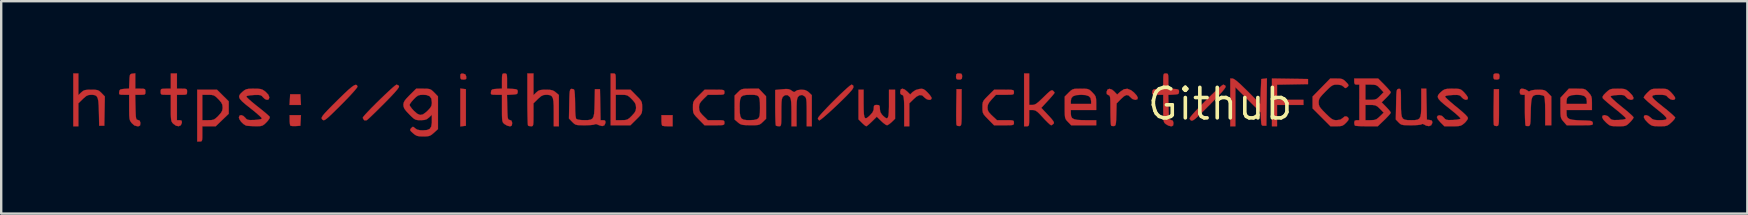
<source format=kicad_pcb>
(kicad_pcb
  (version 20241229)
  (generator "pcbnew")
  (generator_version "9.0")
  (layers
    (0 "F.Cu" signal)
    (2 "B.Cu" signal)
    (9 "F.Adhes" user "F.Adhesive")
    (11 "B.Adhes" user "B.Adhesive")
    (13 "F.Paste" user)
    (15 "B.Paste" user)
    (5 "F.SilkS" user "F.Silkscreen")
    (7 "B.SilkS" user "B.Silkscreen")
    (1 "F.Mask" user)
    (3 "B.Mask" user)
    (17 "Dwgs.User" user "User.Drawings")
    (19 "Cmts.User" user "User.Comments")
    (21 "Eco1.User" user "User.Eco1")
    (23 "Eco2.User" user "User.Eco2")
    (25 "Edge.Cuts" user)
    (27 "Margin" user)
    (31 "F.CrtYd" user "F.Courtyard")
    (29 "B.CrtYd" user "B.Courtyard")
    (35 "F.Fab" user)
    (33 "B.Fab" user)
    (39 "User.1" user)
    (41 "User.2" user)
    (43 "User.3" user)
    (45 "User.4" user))
  (footprint "Github"
    (layer "F.Cu")
    (at 47.799 1.281)
    (property "Reference" "Github" (at 0 0 0) (layer "F.SilkS") (effects (font (size 1.27 1.27) (thickness 0.15))))
    (attr through_hole)
    (fp_poly (pts (xy -38.32 -0.18) (xy -38.307 0.042) (xy -38.782 0.042) (xy -38.756 -0.402) (xy -38.333 -0.402) (xy -38.32 -0.18)) (stroke (width 0.01) (type solid)) (fill yes) (layer "F.Cu"))
    (fp_poly (pts (xy -31.549 -0.627) (xy -31.433 -0.614) (xy -31.433 0.91) (xy -31.549 0.924) (xy -31.665 0.937) (xy -31.665 -0.641) (xy -31.549 -0.627)) (stroke (width 0.01) (type solid)) (fill yes) (layer "F.Cu"))
    (fp_poly (pts (xy -22.818 0.931) (xy -23.022 0.931) (xy -23.148 0.926) (xy -23.235 0.912) (xy -23.255 0.903) (xy -23.272 0.847) (xy -23.282 0.738) (xy -23.283 0.67) (xy -23.283 0.466) (xy -22.818 0.466) (xy -22.818 0.931)) (stroke (width 0.01) (type solid)) (fill yes) (layer "F.Cu"))
    (fp_poly (pts (xy -38.32 0.688) (xy -38.333 0.91) (xy -38.525 0.923) (xy -38.647 0.924) (xy -38.731 0.913) (xy -38.747 0.905) (xy -38.765 0.848) (xy -38.776 0.738) (xy -38.777 0.67) (xy -38.777 0.466) (xy -38.307 0.466) (xy -38.32 0.688)) (stroke (width 0.01) (type solid)) (fill yes) (layer "F.Cu"))
    (fp_poly (pts (xy 3.662 -1.037) (xy 3.662 -0.826) (xy 3.016 -0.814) (xy 2.371 -0.802) (xy 2.371 -0.169) (xy 3.471 -0.169) (xy 3.471 0.042) (xy 2.371 0.042) (xy 2.371 0.931) (xy 2.159 0.931) (xy 2.159 -1.06) (xy 3.662 -1.037)) (stroke (width 0.01) (type solid)) (fill yes) (layer "F.Cu"))
    (fp_poly (pts (xy -31.549 -1.262) (xy -31.458 -1.232) (xy -31.422 -1.152) (xy -31.419 -1.132) (xy -31.419 -1.051) (xy -31.463 -1.02) (xy -31.536 -1.016) (xy -31.627 -1.026) (xy -31.661 -1.073) (xy -31.665 -1.146) (xy -31.657 -1.236) (xy -31.615 -1.265) (xy -31.549 -1.262)) (stroke (width 0.01) (type solid)) (fill yes) (layer "F.Cu"))
    (fp_poly (pts (xy -10.79 -1.26) (xy -10.757 -1.21) (xy -10.753 -1.143) (xy -10.763 -1.053) (xy -10.813 -1.02) (xy -10.88 -1.016) (xy -10.97 -1.026) (xy -11.003 -1.076) (xy -11.007 -1.143) (xy -10.996 -1.233) (xy -10.947 -1.266) (xy -10.88 -1.27) (xy -10.79 -1.26)) (stroke (width 0.01) (type solid)) (fill yes) (layer "F.Cu"))
    (fp_poly (pts (xy 11.605 -1.26) (xy 11.638 -1.21) (xy 11.642 -1.143) (xy 11.631 -1.053) (xy 11.582 -1.02) (xy 11.515 -1.016) (xy 11.425 -1.026) (xy 11.392 -1.076) (xy 11.388 -1.143) (xy 11.398 -1.233) (xy 11.448 -1.266) (xy 11.515 -1.27) (xy 11.605 -1.26)) (stroke (width 0.01) (type solid)) (fill yes) (layer "F.Cu"))
    (fp_poly (pts (xy -10.774 0.148) (xy -10.774 0.419) (xy -10.776 0.617) (xy -10.781 0.753) (xy -10.79 0.84) (xy -10.805 0.89) (xy -10.827 0.913) (xy -10.858 0.922) (xy -10.869 0.924) (xy -10.953 0.912) (xy -10.987 0.88) (xy -10.993 0.82) (xy -10.998 0.691) (xy -11 0.508) (xy -10.999 0.286) (xy -10.997 0.104) (xy -10.986 -0.614) (xy -10.774 -0.614) (xy -10.774 0.148)) (stroke (width 0.01) (type solid)) (fill yes) (layer "F.Cu"))
    (fp_poly (pts (xy 11.62 0.148) (xy 11.62 0.419) (xy 11.618 0.617) (xy 11.614 0.753) (xy 11.605 0.84) (xy 11.59 0.89) (xy 11.568 0.913) (xy 11.537 0.922) (xy 11.525 0.924) (xy 11.442 0.912) (xy 11.408 0.88) (xy 11.401 0.82) (xy 11.396 0.691) (xy 11.394 0.508) (xy 11.395 0.286) (xy 11.397 0.104) (xy 11.409 -0.614) (xy 11.62 -0.614) (xy 11.62 0.148)) (stroke (width 0.01) (type solid)) (fill yes) (layer "F.Cu"))
    (fp_poly (pts (xy 1.938 -0.077) (xy 1.926 0.91) (xy 1.82 0.91) (xy 1.763 0.905) (xy 1.73 0.876) (xy 1.713 0.805) (xy 1.704 0.672) (xy 1.702 0.633) (xy 1.69 0.355) (xy 1.162 -0.171) (xy 0.635 -0.697) (xy 0.635 0.931) (xy 0.423 0.931) (xy 0.423 -1.058) (xy 0.519 -1.058) (xy 0.585 -1.032) (xy 0.695 -0.951) (xy 0.851 -0.813) (xy 1.057 -0.614) (xy 1.144 -0.528) (xy 1.672 0.002) (xy 1.693 -0.518) (xy 1.714 -1.037) (xy 1.949 -1.064) (xy 1.938 -0.077)) (stroke (width 0.01) (type solid)) (fill yes) (layer "F.Cu"))
    (fp_poly (pts (xy -15.295 -0.771) (xy -15.282 -0.704) (xy -15.3 -0.652) (xy -15.356 -0.571) (xy -15.456 -0.457) (xy -15.606 -0.302) (xy -15.811 -0.101) (xy -15.97 0.052) (xy -16.171 0.24) (xy -16.353 0.405) (xy -16.508 0.54) (xy -16.626 0.636) (xy -16.696 0.684) (xy -16.711 0.688) (xy -16.757 0.636) (xy -16.764 0.599) (xy -16.735 0.547) (xy -16.654 0.448) (xy -16.532 0.313) (xy -16.38 0.152) (xy -16.209 -0.024) (xy -16.028 -0.204) (xy -15.85 -0.379) (xy -15.683 -0.536) (xy -15.54 -0.666) (xy -15.43 -0.759) (xy -15.364 -0.802) (xy -15.356 -0.804) (xy -15.295 -0.771)) (stroke (width 0.01) (type solid)) (fill yes) (layer "F.Cu"))
    (fp_poly (pts (xy -34.243 -0.771) (xy -34.219 -0.737) (xy -34.231 -0.69) (xy -34.292 -0.603) (xy -34.404 -0.472) (xy -34.572 -0.293) (xy -34.798 -0.061) (xy -34.845 -0.014) (xy -35.04 0.18) (xy -35.217 0.355) (xy -35.368 0.501) (xy -35.483 0.609) (xy -35.552 0.669) (xy -35.564 0.678) (xy -35.649 0.688) (xy -35.681 0.667) (xy -35.724 0.598) (xy -35.729 0.573) (xy -35.7 0.526) (xy -35.619 0.432) (xy -35.497 0.301) (xy -35.345 0.144) (xy -35.173 -0.028) (xy -34.992 -0.205) (xy -34.813 -0.377) (xy -34.647 -0.533) (xy -34.504 -0.663) (xy -34.394 -0.756) (xy -34.329 -0.801) (xy -34.32 -0.804) (xy -34.243 -0.771)) (stroke (width 0.01) (type solid)) (fill yes) (layer "F.Cu"))
    (fp_poly (pts (xy 0.206 -0.77) (xy 0.229 -0.734) (xy 0.22 -0.69) (xy 0.168 -0.612) (xy 0.069 -0.493) (xy -0.082 -0.329) (xy -0.289 -0.115) (xy -0.39 -0.012) (xy -0.619 0.219) (xy -0.797 0.395) (xy -0.931 0.523) (xy -1.029 0.611) (xy -1.1 0.664) (xy -1.151 0.691) (xy -1.19 0.696) (xy -1.217 0.689) (xy -1.263 0.636) (xy -1.27 0.599) (xy -1.241 0.548) (xy -1.16 0.449) (xy -1.039 0.314) (xy -0.887 0.154) (xy -0.716 -0.022) (xy -0.536 -0.203) (xy -0.358 -0.377) (xy -0.192 -0.535) (xy -0.05 -0.665) (xy 0.06 -0.758) (xy 0.125 -0.802) (xy 0.134 -0.804) (xy 0.206 -0.77)) (stroke (width 0.01) (type solid)) (fill yes) (layer "F.Cu"))
    (fp_poly (pts (xy -47.583 -0.365) (xy -47.464 -0.479) (xy -47.39 -0.54) (xy -47.313 -0.575) (xy -47.204 -0.59) (xy -47.049 -0.593) (xy -46.889 -0.59) (xy -46.787 -0.575) (xy -46.713 -0.54) (xy -46.639 -0.475) (xy -46.616 -0.452) (xy -46.48 -0.311) (xy -46.503 0.91) (xy -46.715 0.91) (xy -46.727 0.341) (xy -46.735 0.077) (xy -46.75 -0.114) (xy -46.778 -0.243) (xy -46.823 -0.323) (xy -46.891 -0.364) (xy -46.986 -0.38) (xy -47.048 -0.381) (xy -47.159 -0.371) (xy -47.253 -0.33) (xy -47.358 -0.244) (xy -47.401 -0.203) (xy -47.583 -0.025) (xy -47.583 0.931) (xy -47.794 0.931) (xy -47.794 -1.27) (xy -47.583 -1.27) (xy -47.583 -0.365)) (stroke (width 0.01) (type solid)) (fill yes) (layer "F.Cu"))
    (fp_poly (pts (xy -35.974 -0.778) (xy -35.952 -0.722) (xy -35.951 -0.719) (xy -35.977 -0.672) (xy -36.055 -0.575) (xy -36.177 -0.438) (xy -36.335 -0.268) (xy -36.521 -0.076) (xy -36.629 0.033) (xy -36.852 0.253) (xy -37.022 0.42) (xy -37.15 0.54) (xy -37.242 0.618) (xy -37.306 0.662) (xy -37.35 0.679) (xy -37.383 0.673) (xy -37.398 0.664) (xy -37.431 0.634) (xy -37.446 0.599) (xy -37.435 0.551) (xy -37.393 0.484) (xy -37.314 0.389) (xy -37.193 0.259) (xy -37.024 0.086) (xy -36.8 -0.136) (xy -36.752 -0.184) (xy -36.515 -0.415) (xy -36.33 -0.588) (xy -36.189 -0.706) (xy -36.087 -0.775) (xy -36.018 -0.798) (xy -35.974 -0.778)) (stroke (width 0.01) (type solid)) (fill yes) (layer "F.Cu"))
    (fp_poly (pts (xy -41.562 -0.351) (xy -41.317 -0.108) (xy -41.317 0.41) (xy -41.589 0.671) (xy -41.86 0.931) (xy -42.418 0.931) (xy -42.418 1.249) (xy -42.419 1.41) (xy -42.427 1.505) (xy -42.448 1.551) (xy -42.487 1.565) (xy -42.524 1.566) (xy -42.63 1.566) (xy -42.63 -0.381) (xy -42.418 -0.381) (xy -42.418 0.677) (xy -42.173 0.677) (xy -42.031 0.673) (xy -41.935 0.65) (xy -41.851 0.594) (xy -41.749 0.496) (xy -41.644 0.378) (xy -41.59 0.283) (xy -41.572 0.18) (xy -41.571 0.148) (xy -41.582 0.039) (xy -41.625 -0.056) (xy -41.716 -0.165) (xy -41.749 -0.199) (xy -41.855 -0.301) (xy -41.939 -0.356) (xy -42.036 -0.377) (xy -42.173 -0.381) (xy -42.418 -0.381) (xy -42.63 -0.381) (xy -42.63 -0.593) (xy -41.807 -0.593) (xy -41.562 -0.351)) (stroke (width 0.01) (type solid)) (fill yes) (layer "F.Cu"))
    (fp_poly (pts (xy -13.144 -0.6) (xy -13.039 -0.514) (xy -12.918 -0.394) (xy -12.815 -0.496) (xy -12.685 -0.581) (xy -12.538 -0.622) (xy -12.431 -0.631) (xy -12.353 -0.611) (xy -12.271 -0.551) (xy -12.193 -0.476) (xy -12.099 -0.371) (xy -12.037 -0.28) (xy -12.023 -0.238) (xy -12.054 -0.181) (xy -12.13 -0.168) (xy -12.225 -0.195) (xy -12.313 -0.259) (xy -12.327 -0.275) (xy -12.422 -0.359) (xy -12.527 -0.37) (xy -12.651 -0.308) (xy -12.772 -0.203) (xy -12.954 -0.025) (xy -12.954 0.931) (xy -13.166 0.931) (xy -13.166 0.342) (xy -13.167 0.076) (xy -13.173 -0.118) (xy -13.185 -0.249) (xy -13.204 -0.329) (xy -13.232 -0.369) (xy -13.272 -0.381) (xy -13.276 -0.381) (xy -13.322 -0.419) (xy -13.335 -0.508) (xy -13.31 -0.605) (xy -13.243 -0.636) (xy -13.144 -0.6)) (stroke (width 0.01) (type solid)) (fill yes) (layer "F.Cu"))
    (fp_poly (pts (xy -43.476 -0.635) (xy -43.265 -0.635) (xy -43.139 -0.632) (xy -43.077 -0.615) (xy -43.055 -0.571) (xy -43.053 -0.508) (xy -43.058 -0.433) (xy -43.086 -0.395) (xy -43.16 -0.382) (xy -43.265 -0.381) (xy -43.476 -0.381) (xy -43.476 0.677) (xy -43.368 0.677) (xy -43.29 0.69) (xy -43.269 0.744) (xy -43.272 0.794) (xy -43.315 0.89) (xy -43.402 0.929) (xy -43.513 0.908) (xy -43.624 0.83) (xy -43.667 0.783) (xy -43.697 0.733) (xy -43.716 0.663) (xy -43.725 0.558) (xy -43.73 0.402) (xy -43.73 0.177) (xy -43.73 -0.381) (xy -43.942 -0.381) (xy -44.067 -0.384) (xy -44.13 -0.401) (xy -44.151 -0.445) (xy -44.154 -0.508) (xy -44.149 -0.583) (xy -44.121 -0.621) (xy -44.047 -0.634) (xy -43.942 -0.635) (xy -43.73 -0.635) (xy -43.73 -1.27) (xy -43.476 -1.27) (xy -43.476 -0.635)) (stroke (width 0.01) (type solid)) (fill yes) (layer "F.Cu"))
    (fp_poly (pts (xy -28.617 -0.365) (xy -28.499 -0.479) (xy -28.422 -0.542) (xy -28.341 -0.576) (xy -28.226 -0.59) (xy -28.1 -0.593) (xy -27.936 -0.588) (xy -27.826 -0.567) (xy -27.74 -0.523) (xy -27.689 -0.483) (xy -27.559 -0.373) (xy -27.559 0.931) (xy -27.771 0.931) (xy -27.771 0.345) (xy -27.773 0.081) (xy -27.784 -0.11) (xy -27.809 -0.241) (xy -27.853 -0.321) (xy -27.921 -0.363) (xy -28.017 -0.379) (xy -28.09 -0.381) (xy -28.199 -0.37) (xy -28.294 -0.326) (xy -28.404 -0.234) (xy -28.436 -0.203) (xy -28.617 -0.025) (xy -28.617 0.453) (xy -28.618 0.66) (xy -28.622 0.796) (xy -28.632 0.877) (xy -28.651 0.917) (xy -28.683 0.93) (xy -28.716 0.931) (xy -28.805 0.92) (xy -28.843 0.903) (xy -28.851 0.855) (xy -28.858 0.733) (xy -28.863 0.551) (xy -28.868 0.318) (xy -28.871 0.048) (xy -28.871 -0.198) (xy -28.871 -1.27) (xy -28.617 -1.27) (xy -28.617 -0.365)) (stroke (width 0.01) (type solid)) (fill yes) (layer "F.Cu"))
    (fp_poly (pts (xy -25.242 -1.266) (xy -25.21 -1.244) (xy -25.194 -1.186) (xy -25.189 -1.074) (xy -25.188 -0.931) (xy -25.188 -0.593) (xy -24.572 -0.593) (xy -24.33 -0.348) (xy -24.21 -0.225) (xy -24.138 -0.137) (xy -24.102 -0.059) (xy -24.089 0.034) (xy -24.088 0.151) (xy -24.09 0.278) (xy -24.104 0.368) (xy -24.143 0.445) (xy -24.219 0.533) (xy -24.332 0.647) (xy -24.577 0.889) (xy -25.4 0.889) (xy -25.4 -0.381) (xy -25.188 -0.381) (xy -25.188 0.677) (xy -24.943 0.677) (xy -24.801 0.673) (xy -24.706 0.65) (xy -24.621 0.594) (xy -24.52 0.496) (xy -24.414 0.378) (xy -24.36 0.283) (xy -24.342 0.18) (xy -24.342 0.148) (xy -24.353 0.039) (xy -24.396 -0.056) (xy -24.486 -0.165) (xy -24.52 -0.199) (xy -24.626 -0.301) (xy -24.71 -0.356) (xy -24.807 -0.377) (xy -24.943 -0.381) (xy -25.188 -0.381) (xy -25.4 -0.381) (xy -25.4 -1.27) (xy -25.294 -1.27) (xy -25.242 -1.266)) (stroke (width 0.01) (type solid)) (fill yes) (layer "F.Cu"))
    (fp_poly (pts (xy -3.713 -0.571) (xy -3.598 -0.482) (xy -3.483 -0.358) (xy -3.432 -0.26) (xy -3.449 -0.195) (xy -3.533 -0.169) (xy -3.539 -0.169) (xy -3.658 -0.207) (xy -3.733 -0.275) (xy -3.817 -0.355) (xy -3.904 -0.371) (xy -4.007 -0.32) (xy -4.138 -0.201) (xy -4.315 -0.021) (xy -4.327 0.445) (xy -4.333 0.649) (xy -4.342 0.784) (xy -4.356 0.864) (xy -4.379 0.904) (xy -4.412 0.92) (xy -4.426 0.923) (xy -4.51 0.92) (xy -4.542 0.905) (xy -4.553 0.854) (xy -4.562 0.734) (xy -4.568 0.562) (xy -4.572 0.352) (xy -4.572 0.264) (xy -4.573 0.025) (xy -4.576 -0.143) (xy -4.583 -0.252) (xy -4.597 -0.317) (xy -4.618 -0.351) (xy -4.65 -0.367) (xy -4.659 -0.369) (xy -4.724 -0.412) (xy -4.733 -0.503) (xy -4.693 -0.599) (xy -4.613 -0.63) (xy -4.508 -0.597) (xy -4.41 -0.516) (xy -4.293 -0.391) (xy -4.157 -0.513) (xy -4.008 -0.612) (xy -3.864 -0.631) (xy -3.713 -0.571)) (stroke (width 0.01) (type solid)) (fill yes) (layer "F.Cu"))
    (fp_poly (pts (xy -7.959 0.042) (xy -7.822 0.042) (xy -7.75 0.033) (xy -7.673 -0.003) (xy -7.577 -0.076) (xy -7.447 -0.196) (xy -7.359 -0.282) (xy -7.211 -0.426) (xy -7.11 -0.516) (xy -7.042 -0.561) (xy -6.996 -0.568) (xy -6.966 -0.552) (xy -6.912 -0.493) (xy -6.9 -0.466) (xy -6.927 -0.423) (xy -7 -0.333) (xy -7.106 -0.213) (xy -7.177 -0.135) (xy -7.454 0.164) (xy -7.172 0.463) (xy -7.041 0.606) (xy -6.963 0.703) (xy -6.929 0.766) (xy -6.932 0.81) (xy -6.943 0.826) (xy -7.01 0.879) (xy -7.044 0.889) (xy -7.091 0.859) (xy -7.18 0.779) (xy -7.296 0.663) (xy -7.38 0.572) (xy -7.517 0.424) (xy -7.616 0.33) (xy -7.692 0.279) (xy -7.762 0.257) (xy -7.813 0.254) (xy -7.959 0.254) (xy -7.959 0.593) (xy -7.96 0.761) (xy -7.967 0.861) (xy -7.985 0.912) (xy -8.02 0.929) (xy -8.065 0.931) (xy -8.17 0.931) (xy -8.17 -1.27) (xy -7.959 -1.27) (xy -7.959 0.042)) (stroke (width 0.01) (type solid)) (fill yes) (layer "F.Cu"))
    (fp_poly (pts (xy -20.881 -0.592) (xy -20.761 -0.587) (xy -20.695 -0.574) (xy -20.666 -0.549) (xy -20.659 -0.508) (xy -20.659 -0.487) (xy -20.662 -0.435) (xy -20.684 -0.404) (xy -20.741 -0.388) (xy -20.851 -0.382) (xy -21.006 -0.381) (xy -21.354 -0.381) (xy -21.535 -0.203) (xy -21.641 -0.09) (xy -21.696 0.001) (xy -21.716 0.099) (xy -21.717 0.148) (xy -21.708 0.258) (xy -21.669 0.349) (xy -21.586 0.449) (xy -21.535 0.499) (xy -21.354 0.677) (xy -21.006 0.677) (xy -20.836 0.678) (xy -20.733 0.685) (xy -20.68 0.702) (xy -20.661 0.736) (xy -20.659 0.783) (xy -20.661 0.832) (xy -20.68 0.862) (xy -20.73 0.88) (xy -20.826 0.887) (xy -20.986 0.889) (xy -21.073 0.889) (xy -21.487 0.889) (xy -21.729 0.644) (xy -21.848 0.521) (xy -21.92 0.433) (xy -21.956 0.355) (xy -21.969 0.262) (xy -21.971 0.146) (xy -21.969 0.018) (xy -21.954 -0.072) (xy -21.915 -0.148) (xy -21.839 -0.237) (xy -21.726 -0.351) (xy -21.482 -0.593) (xy -21.07 -0.593) (xy -20.881 -0.592)) (stroke (width 0.01) (type solid)) (fill yes) (layer "F.Cu"))
    (fp_poly (pts (xy -14.859 -0.03) (xy -14.856 0.236) (xy -14.847 0.424) (xy -14.826 0.541) (xy -14.79 0.595) (xy -14.736 0.591) (xy -14.661 0.538) (xy -14.596 0.478) (xy -14.49 0.358) (xy -14.442 0.251) (xy -14.436 0.182) (xy -14.427 0.086) (xy -14.387 0.048) (xy -14.309 0.042) (xy -14.226 0.05) (xy -14.19 0.088) (xy -14.182 0.182) (xy -14.182 0.203) (xy -14.165 0.33) (xy -14.101 0.437) (xy -14.042 0.5) (xy -13.957 0.573) (xy -13.895 0.602) (xy -13.851 0.578) (xy -13.823 0.495) (xy -13.808 0.345) (xy -13.801 0.122) (xy -13.801 -0.03) (xy -13.801 -0.593) (xy -13.547 -0.593) (xy -13.547 0.618) (xy -13.686 0.754) (xy -13.783 0.835) (xy -13.863 0.884) (xy -13.886 0.889) (xy -13.946 0.861) (xy -14.042 0.789) (xy -14.127 0.711) (xy -14.309 0.533) (xy -14.511 0.732) (xy -14.619 0.833) (xy -14.704 0.905) (xy -14.748 0.931) (xy -14.796 0.904) (xy -14.879 0.834) (xy -14.927 0.787) (xy -15.071 0.643) (xy -15.071 -0.593) (xy -14.859 -0.593) (xy -14.859 -0.03)) (stroke (width 0.01) (type solid)) (fill yes) (layer "F.Cu"))
    (fp_poly (pts (xy -8.816 -0.592) (xy -8.696 -0.587) (xy -8.63 -0.574) (xy -8.601 -0.549) (xy -8.594 -0.508) (xy -8.594 -0.487) (xy -8.597 -0.436) (xy -8.617 -0.405) (xy -8.671 -0.389) (xy -8.775 -0.382) (xy -8.945 -0.381) (xy -8.969 -0.381) (xy -9.345 -0.381) (xy -9.52 -0.191) (xy -9.626 -0.064) (xy -9.679 0.04) (xy -9.694 0.149) (xy -9.694 0.155) (xy -9.684 0.254) (xy -9.643 0.34) (xy -9.556 0.439) (xy -9.498 0.494) (xy -9.302 0.677) (xy -8.948 0.677) (xy -8.775 0.678) (xy -8.67 0.685) (xy -8.616 0.702) (xy -8.597 0.734) (xy -8.594 0.783) (xy -8.596 0.832) (xy -8.615 0.862) (xy -8.665 0.88) (xy -8.761 0.887) (xy -8.921 0.889) (xy -9.008 0.889) (xy -9.422 0.889) (xy -9.664 0.644) (xy -9.783 0.521) (xy -9.855 0.433) (xy -9.891 0.355) (xy -9.904 0.262) (xy -9.906 0.146) (xy -9.904 0.018) (xy -9.889 -0.072) (xy -9.85 -0.148) (xy -9.774 -0.237) (xy -9.661 -0.351) (xy -9.417 -0.593) (xy -9.005 -0.593) (xy -8.816 -0.592)) (stroke (width 0.01) (type solid)) (fill yes) (layer "F.Cu"))
    (fp_poly (pts (xy -45.212 -0.635) (xy -45 -0.635) (xy -44.875 -0.632) (xy -44.813 -0.615) (xy -44.791 -0.571) (xy -44.789 -0.508) (xy -44.793 -0.433) (xy -44.821 -0.395) (xy -44.895 -0.382) (xy -45.002 -0.381) (xy -45.215 -0.381) (xy -45.203 0.138) (xy -45.197 0.355) (xy -45.19 0.501) (xy -45.178 0.592) (xy -45.16 0.641) (xy -45.131 0.662) (xy -45.096 0.67) (xy -45.025 0.7) (xy -45.001 0.781) (xy -45 0.807) (xy -45.012 0.896) (xy -45.063 0.928) (xy -45.124 0.931) (xy -45.249 0.897) (xy -45.356 0.801) (xy -45.402 0.742) (xy -45.433 0.683) (xy -45.452 0.607) (xy -45.462 0.495) (xy -45.465 0.33) (xy -45.466 0.145) (xy -45.466 -0.381) (xy -45.68 -0.381) (xy -45.806 -0.384) (xy -45.868 -0.399) (xy -45.886 -0.439) (xy -45.882 -0.497) (xy -45.865 -0.569) (xy -45.822 -0.606) (xy -45.728 -0.622) (xy -45.669 -0.627) (xy -45.47 -0.639) (xy -45.457 -0.944) (xy -45.449 -1.102) (xy -45.436 -1.194) (xy -45.41 -1.239) (xy -45.364 -1.257) (xy -45.328 -1.262) (xy -45.212 -1.276) (xy -45.212 -0.635)) (stroke (width 0.01) (type solid)) (fill yes) (layer "F.Cu"))
    (fp_poly (pts (xy -5.645 -0.633) (xy -5.535 -0.623) (xy -5.459 -0.596) (xy -5.39 -0.543) (xy -5.321 -0.474) (xy -5.237 -0.383) (xy -5.19 -0.305) (xy -5.17 -0.21) (xy -5.165 -0.067) (xy -5.165 -0.03) (xy -5.165 0.254) (xy -6.223 0.254) (xy -6.223 0.396) (xy -6.212 0.508) (xy -6.171 0.586) (xy -6.089 0.636) (xy -5.952 0.665) (xy -5.75 0.676) (xy -5.616 0.677) (xy -5.165 0.677) (xy -5.165 0.889) (xy -6.206 0.889) (xy -6.342 0.749) (xy -6.401 0.686) (xy -6.44 0.628) (xy -6.463 0.558) (xy -6.473 0.455) (xy -6.477 0.3) (xy -6.477 0.152) (xy -6.477 -0.12) (xy -6.223 -0.12) (xy -6.223 0) (xy -5.376 0) (xy -5.376 -0.113) (xy -5.399 -0.242) (xy -5.474 -0.325) (xy -5.61 -0.369) (xy -5.792 -0.381) (xy -5.998 -0.366) (xy -6.132 -0.319) (xy -6.204 -0.234) (xy -6.223 -0.12) (xy -6.477 -0.12) (xy -6.477 -0.306) (xy -6.313 -0.471) (xy -6.227 -0.553) (xy -6.157 -0.601) (xy -6.076 -0.626) (xy -5.958 -0.634) (xy -5.813 -0.635) (xy -5.645 -0.633)) (stroke (width 0.01) (type solid)) (fill yes) (layer "F.Cu"))
    (fp_poly (pts (xy -26.951 -0.615) (xy -26.919 -0.586) (xy -26.906 -0.524) (xy -26.894 -0.395) (xy -26.886 -0.218) (xy -26.882 -0.009) (xy -26.882 0.023) (xy -26.878 0.297) (xy -26.866 0.489) (xy -26.845 0.6) (xy -26.831 0.627) (xy -26.761 0.654) (xy -26.632 0.672) (xy -26.499 0.677) (xy -26.347 0.674) (xy -26.238 0.657) (xy -26.163 0.614) (xy -26.115 0.532) (xy -26.088 0.402) (xy -26.075 0.209) (xy -26.068 -0.044) (xy -26.056 -0.614) (xy -25.845 -0.614) (xy -25.821 0.677) (xy -25.714 0.677) (xy -25.637 0.69) (xy -25.616 0.744) (xy -25.619 0.794) (xy -25.661 0.891) (xy -25.752 0.923) (xy -25.885 0.888) (xy -25.918 0.871) (xy -26.009 0.838) (xy -26.058 0.85) (xy -26.108 0.867) (xy -26.223 0.88) (xy -26.382 0.888) (xy -26.474 0.889) (xy -26.658 0.888) (xy -26.78 0.881) (xy -26.861 0.862) (xy -26.922 0.825) (xy -26.986 0.764) (xy -27.002 0.748) (xy -27.138 0.607) (xy -27.126 -0.003) (xy -27.121 -0.242) (xy -27.114 -0.411) (xy -27.104 -0.52) (xy -27.088 -0.584) (xy -27.066 -0.616) (xy -27.035 -0.628) (xy -26.951 -0.615)) (stroke (width 0.01) (type solid)) (fill yes) (layer "F.Cu"))
    (fp_poly (pts (xy 12.718 -0.609) (xy 12.793 -0.564) (xy 12.864 -0.519) (xy 12.92 -0.541) (xy 12.921 -0.543) (xy 12.989 -0.569) (xy 13.115 -0.587) (xy 13.25 -0.593) (xy 13.406 -0.589) (xy 13.506 -0.573) (xy 13.581 -0.532) (xy 13.66 -0.459) (xy 13.665 -0.453) (xy 13.801 -0.313) (xy 13.801 0.889) (xy 13.547 0.889) (xy 13.547 0.305) (xy 13.543 0.026) (xy 13.532 -0.171) (xy 13.514 -0.291) (xy 13.496 -0.33) (xy 13.425 -0.361) (xy 13.306 -0.379) (xy 13.249 -0.381) (xy 13.144 -0.375) (xy 13.067 -0.348) (xy 13.013 -0.29) (xy 12.979 -0.189) (xy 12.959 -0.034) (xy 12.948 0.188) (xy 12.944 0.36) (xy 12.938 0.585) (xy 12.932 0.739) (xy 12.921 0.836) (xy 12.904 0.89) (xy 12.878 0.915) (xy 12.846 0.923) (xy 12.762 0.92) (xy 12.73 0.905) (xy 12.719 0.854) (xy 12.711 0.734) (xy 12.704 0.561) (xy 12.7 0.35) (xy 12.7 0.247) (xy 12.7 -0.381) (xy 12.594 -0.381) (xy 12.519 -0.395) (xy 12.491 -0.453) (xy 12.488 -0.508) (xy 12.499 -0.598) (xy 12.548 -0.632) (xy 12.601 -0.635) (xy 12.718 -0.609)) (stroke (width 0.01) (type solid)) (fill yes) (layer "F.Cu"))
    (fp_poly (pts (xy -19.074 -0.476) (xy -18.924 -0.318) (xy -18.923 0.15) (xy -18.923 0.618) (xy -19.063 0.754) (xy -19.133 0.818) (xy -19.197 0.858) (xy -19.276 0.879) (xy -19.394 0.887) (xy -19.574 0.887) (xy -19.581 0.887) (xy -19.766 0.884) (xy -19.889 0.874) (xy -19.974 0.852) (xy -20.044 0.812) (xy -20.098 0.768) (xy -20.235 0.65) (xy -20.235 0.141) (xy -20.024 0.141) (xy -20.019 0.363) (xy -19.997 0.513) (xy -19.948 0.607) (xy -19.861 0.656) (xy -19.726 0.675) (xy -19.608 0.677) (xy -19.423 0.668) (xy -19.304 0.639) (xy -19.254 0.607) (xy -19.216 0.558) (xy -19.192 0.482) (xy -19.18 0.362) (xy -19.177 0.177) (xy -19.177 0.16) (xy -19.18 -0.062) (xy -19.196 -0.214) (xy -19.234 -0.307) (xy -19.304 -0.358) (xy -19.416 -0.378) (xy -19.567 -0.381) (xy -19.758 -0.375) (xy -19.886 -0.349) (xy -19.965 -0.289) (xy -20.006 -0.181) (xy -20.022 -0.011) (xy -20.024 0.141) (xy -20.235 0.141) (xy -20.235 -0.347) (xy -20.091 -0.491) (xy -20.018 -0.561) (xy -19.953 -0.603) (xy -19.873 -0.625) (xy -19.755 -0.634) (xy -19.586 -0.635) (xy -19.225 -0.635) (xy -19.074 -0.476)) (stroke (width 0.01) (type solid)) (fill yes) (layer "F.Cu"))
    (fp_poly (pts (xy 4.996 -1.054) (xy 5.094 -1.034) (xy 5.171 -0.986) (xy 5.242 -0.918) (xy 5.323 -0.83) (xy 5.35 -0.778) (xy 5.331 -0.736) (xy 5.3 -0.706) (xy 5.237 -0.659) (xy 5.189 -0.674) (xy 5.144 -0.719) (xy 5.054 -0.78) (xy 4.916 -0.803) (xy 4.871 -0.804) (xy 4.776 -0.801) (xy 4.7 -0.782) (xy 4.624 -0.736) (xy 4.528 -0.653) (xy 4.393 -0.52) (xy 4.391 -0.518) (xy 4.256 -0.378) (xy 4.172 -0.279) (xy 4.127 -0.2) (xy 4.109 -0.123) (xy 4.106 -0.061) (xy 4.112 0.024) (xy 4.137 0.099) (xy 4.192 0.181) (xy 4.29 0.289) (xy 4.393 0.393) (xy 4.532 0.527) (xy 4.631 0.611) (xy 4.71 0.656) (xy 4.787 0.675) (xy 4.852 0.677) (xy 5.011 0.654) (xy 5.101 0.593) (xy 5.197 0.518) (xy 5.283 0.526) (xy 5.335 0.573) (xy 5.359 0.623) (xy 5.338 0.681) (xy 5.262 0.77) (xy 5.248 0.785) (xy 5.159 0.868) (xy 5.08 0.912) (xy 4.975 0.929) (xy 4.852 0.931) (xy 4.598 0.931) (xy 4.225 0.558) (xy 3.852 0.185) (xy 3.852 -0.307) (xy 4.22 -0.683) (xy 4.587 -1.058) (xy 4.847 -1.058) (xy 4.996 -1.054)) (stroke (width 0.01) (type solid)) (fill yes) (layer "F.Cu"))
    (fp_poly (pts (xy 8.603 0.011) (xy 8.615 0.656) (xy 8.734 0.67) (xy 8.819 0.692) (xy 8.843 0.75) (xy 8.84 0.797) (xy 8.795 0.888) (xy 8.703 0.926) (xy 8.586 0.905) (xy 8.522 0.869) (xy 8.44 0.831) (xy 8.403 0.846) (xy 8.352 0.865) (xy 8.234 0.879) (xy 8.068 0.888) (xy 7.964 0.889) (xy 7.773 0.888) (xy 7.646 0.881) (xy 7.563 0.864) (xy 7.503 0.832) (xy 7.448 0.781) (xy 7.436 0.769) (xy 7.321 0.649) (xy 7.333 0.018) (xy 7.338 -0.225) (xy 7.344 -0.397) (xy 7.353 -0.509) (xy 7.367 -0.576) (xy 7.388 -0.61) (xy 7.418 -0.624) (xy 7.44 -0.627) (xy 7.478 -0.63) (xy 7.504 -0.618) (xy 7.521 -0.578) (xy 7.53 -0.498) (xy 7.534 -0.363) (xy 7.535 -0.163) (xy 7.535 -0.052) (xy 7.537 0.212) (xy 7.547 0.403) (xy 7.572 0.533) (xy 7.619 0.614) (xy 7.694 0.657) (xy 7.806 0.674) (xy 7.96 0.677) (xy 7.966 0.677) (xy 8.116 0.674) (xy 8.225 0.657) (xy 8.299 0.613) (xy 8.345 0.532) (xy 8.37 0.402) (xy 8.38 0.211) (xy 8.382 -0.054) (xy 8.382 -0.635) (xy 8.591 -0.635) (xy 8.603 0.011)) (stroke (width 0.01) (type solid)) (fill yes) (layer "F.Cu"))
    (fp_poly (pts (xy -29.77 -1.266) (xy -29.738 -1.242) (xy -29.723 -1.18) (xy -29.718 -1.063) (xy -29.718 -0.955) (xy -29.718 -0.639) (xy -29.496 -0.627) (xy -29.366 -0.616) (xy -29.3 -0.595) (xy -29.276 -0.553) (xy -29.273 -0.508) (xy -29.281 -0.446) (xy -29.316 -0.412) (xy -29.402 -0.396) (xy -29.497 -0.389) (xy -29.721 -0.376) (xy -29.709 0.14) (xy -29.703 0.356) (xy -29.696 0.502) (xy -29.684 0.592) (xy -29.665 0.641) (xy -29.636 0.662) (xy -29.602 0.67) (xy -29.531 0.7) (xy -29.507 0.781) (xy -29.506 0.807) (xy -29.519 0.897) (xy -29.569 0.929) (xy -29.606 0.931) (xy -29.71 0.906) (xy -29.818 0.844) (xy -29.863 0.806) (xy -29.894 0.765) (xy -29.913 0.705) (xy -29.924 0.612) (xy -29.929 0.469) (xy -29.93 0.262) (xy -29.93 0.187) (xy -29.93 -0.381) (xy -30.165 -0.381) (xy -30.299 -0.383) (xy -30.368 -0.396) (xy -30.391 -0.43) (xy -30.388 -0.495) (xy -30.388 -0.497) (xy -30.373 -0.566) (xy -30.334 -0.602) (xy -30.249 -0.62) (xy -30.152 -0.627) (xy -29.93 -0.639) (xy -29.93 -0.955) (xy -29.928 -1.116) (xy -29.92 -1.21) (xy -29.9 -1.255) (xy -29.86 -1.269) (xy -29.824 -1.27) (xy -29.77 -1.266)) (stroke (width 0.01) (type solid)) (fill yes) (layer "F.Cu"))
    (fp_poly (pts (xy -2.211 -1.266) (xy -2.179 -1.242) (xy -2.164 -1.18) (xy -2.159 -1.063) (xy -2.159 -0.955) (xy -2.159 -0.639) (xy -1.937 -0.627) (xy -1.807 -0.616) (xy -1.741 -0.595) (xy -1.717 -0.553) (xy -1.714 -0.508) (xy -1.722 -0.446) (xy -1.757 -0.412) (xy -1.843 -0.396) (xy -1.938 -0.389) (xy -2.162 -0.376) (xy -2.15 0.14) (xy -2.144 0.356) (xy -2.137 0.502) (xy -2.125 0.592) (xy -2.106 0.641) (xy -2.077 0.662) (xy -2.043 0.67) (xy -1.972 0.7) (xy -1.948 0.781) (xy -1.947 0.807) (xy -1.96 0.897) (xy -2.01 0.929) (xy -2.047 0.931) (xy -2.151 0.906) (xy -2.259 0.844) (xy -2.304 0.806) (xy -2.335 0.765) (xy -2.354 0.705) (xy -2.365 0.612) (xy -2.37 0.469) (xy -2.371 0.262) (xy -2.371 0.187) (xy -2.371 -0.381) (xy -2.606 -0.381) (xy -2.74 -0.383) (xy -2.809 -0.396) (xy -2.832 -0.43) (xy -2.829 -0.495) (xy -2.829 -0.497) (xy -2.814 -0.566) (xy -2.775 -0.602) (xy -2.69 -0.62) (xy -2.593 -0.627) (xy -2.371 -0.639) (xy -2.371 -0.955) (xy -2.369 -1.116) (xy -2.361 -1.21) (xy -2.341 -1.255) (xy -2.301 -1.269) (xy -2.265 -1.27) (xy -2.211 -1.266)) (stroke (width 0.01) (type solid)) (fill yes) (layer "F.Cu"))
    (fp_poly (pts (xy 15.039 -0.634) (xy 15.148 -0.624) (xy 15.222 -0.598) (xy 15.286 -0.547) (xy 15.351 -0.479) (xy 15.428 -0.388) (xy 15.471 -0.307) (xy 15.49 -0.206) (xy 15.494 -0.055) (xy 15.494 -0.034) (xy 15.494 0.254) (xy 14.436 0.254) (xy 14.436 0.396) (xy 14.446 0.504) (xy 14.486 0.582) (xy 14.566 0.633) (xy 14.7 0.664) (xy 14.899 0.681) (xy 15.051 0.686) (xy 15.254 0.693) (xy 15.388 0.701) (xy 15.468 0.714) (xy 15.508 0.737) (xy 15.525 0.771) (xy 15.529 0.794) (xy 15.532 0.833) (xy 15.519 0.859) (xy 15.477 0.876) (xy 15.392 0.885) (xy 15.252 0.888) (xy 15.043 0.889) (xy 14.993 0.889) (xy 14.444 0.889) (xy 14.313 0.739) (xy 14.253 0.667) (xy 14.215 0.602) (xy 14.194 0.523) (xy 14.184 0.408) (xy 14.182 0.236) (xy 14.182 0.167) (xy 14.182 -0.12) (xy 14.436 -0.12) (xy 14.436 0) (xy 15.282 0) (xy 15.282 -0.113) (xy 15.26 -0.242) (xy 15.185 -0.325) (xy 15.049 -0.369) (xy 14.866 -0.381) (xy 14.661 -0.366) (xy 14.527 -0.319) (xy 14.455 -0.234) (xy 14.436 -0.12) (xy 14.182 -0.12) (xy 14.182 -0.256) (xy 14.531 -0.635) (xy 14.869 -0.635) (xy 15.039 -0.634)) (stroke (width 0.01) (type solid)) (fill yes) (layer "F.Cu"))
    (fp_poly (pts (xy -17.992 -0.617) (xy -17.914 -0.589) (xy -17.86 -0.554) (xy -17.777 -0.501) (xy -17.727 -0.5) (xy -17.694 -0.531) (xy -17.613 -0.574) (xy -17.474 -0.592) (xy -17.449 -0.593) (xy -17.301 -0.579) (xy -17.192 -0.526) (xy -17.137 -0.479) (xy -17.018 -0.365) (xy -17.018 0.931) (xy -17.23 0.931) (xy -17.23 0.345) (xy -17.231 0.107) (xy -17.236 -0.061) (xy -17.246 -0.174) (xy -17.263 -0.246) (xy -17.289 -0.292) (xy -17.307 -0.311) (xy -17.419 -0.375) (xy -17.524 -0.354) (xy -17.583 -0.304) (xy -17.612 -0.258) (xy -17.632 -0.186) (xy -17.645 -0.075) (xy -17.651 0.091) (xy -17.653 0.326) (xy -17.653 0.353) (xy -17.653 0.931) (xy -17.865 0.931) (xy -17.865 0.369) (xy -17.867 0.122) (xy -17.875 -0.055) (xy -17.889 -0.176) (xy -17.912 -0.254) (xy -17.931 -0.287) (xy -18.026 -0.368) (xy -18.132 -0.367) (xy -18.218 -0.304) (xy -18.247 -0.258) (xy -18.267 -0.186) (xy -18.28 -0.075) (xy -18.286 0.091) (xy -18.288 0.326) (xy -18.288 0.353) (xy -18.288 0.584) (xy -18.291 0.743) (xy -18.298 0.844) (xy -18.312 0.901) (xy -18.335 0.925) (xy -18.37 0.931) (xy -18.387 0.931) (xy -18.476 0.92) (xy -18.514 0.903) (xy -18.523 0.853) (xy -18.531 0.734) (xy -18.537 0.558) (xy -18.541 0.34) (xy -18.542 0.147) (xy -18.542 -0.581) (xy -18.259 -0.61) (xy -18.098 -0.623) (xy -17.992 -0.617)) (stroke (width 0.01) (type solid)) (fill yes) (layer "F.Cu"))
    (fp_poly (pts (xy 6.849 -0.793) (xy 6.967 -0.669) (xy 7.057 -0.565) (xy 7.107 -0.498) (xy 7.112 -0.484) (xy 7.084 -0.434) (xy 7.01 -0.346) (xy 6.921 -0.254) (xy 6.731 -0.067) (xy 6.921 0.127) (xy 7.02 0.234) (xy 7.089 0.321) (xy 7.112 0.365) (xy 7.083 0.413) (xy 7.006 0.502) (xy 6.896 0.617) (xy 6.84 0.671) (xy 6.569 0.931) (xy 6.107 0.931) (xy 5.917 0.929) (xy 5.759 0.922) (xy 5.653 0.913) (xy 5.616 0.903) (xy 5.594 0.843) (xy 5.588 0.776) (xy 5.607 0.7) (xy 5.681 0.678) (xy 5.694 0.677) (xy 5.8 0.677) (xy 5.8 0.042) (xy 6.054 0.042) (xy 6.054 0.677) (xy 6.274 0.677) (xy 6.415 0.67) (xy 6.513 0.638) (xy 6.61 0.563) (xy 6.655 0.52) (xy 6.816 0.364) (xy 6.659 0.203) (xy 6.556 0.107) (xy 6.467 0.059) (xy 6.352 0.043) (xy 6.278 0.042) (xy 6.054 0.042) (xy 5.8 0.042) (xy 5.8 -0.804) (xy 6.054 -0.804) (xy 6.054 -0.169) (xy 6.278 -0.169) (xy 6.419 -0.176) (xy 6.515 -0.206) (xy 6.605 -0.277) (xy 6.656 -0.328) (xy 6.811 -0.487) (xy 6.664 -0.646) (xy 6.571 -0.739) (xy 6.489 -0.786) (xy 6.381 -0.803) (xy 6.286 -0.804) (xy 6.054 -0.804) (xy 5.8 -0.804) (xy 5.694 -0.804) (xy 5.618 -0.818) (xy 5.591 -0.876) (xy 5.588 -0.931) (xy 5.588 -1.058) (xy 6.585 -1.058) (xy 6.849 -0.793)) (stroke (width 0.01) (type solid)) (fill yes) (layer "F.Cu"))
    (fp_poly (pts (xy 9.854 -0.633) (xy 9.963 -0.622) (xy 10.039 -0.594) (xy 10.108 -0.539) (xy 10.173 -0.474) (xy 10.262 -0.37) (xy 10.319 -0.279) (xy 10.329 -0.242) (xy 10.3 -0.182) (xy 10.229 -0.172) (xy 10.14 -0.209) (xy 10.066 -0.277) (xy 10.015 -0.333) (xy 9.956 -0.364) (xy 9.867 -0.376) (xy 9.722 -0.374) (xy 9.683 -0.372) (xy 9.533 -0.36) (xy 9.421 -0.341) (xy 9.37 -0.317) (xy 9.369 -0.315) (xy 9.395 -0.275) (xy 9.477 -0.193) (xy 9.603 -0.079) (xy 9.762 0.055) (xy 9.842 0.119) (xy 10.054 0.295) (xy 10.209 0.435) (xy 10.302 0.536) (xy 10.329 0.589) (xy 10.299 0.663) (xy 10.223 0.758) (xy 10.18 0.8) (xy 10.099 0.866) (xy 10.025 0.905) (xy 9.932 0.924) (xy 9.795 0.931) (xy 9.688 0.931) (xy 9.346 0.931) (xy 9.177 0.763) (xy 9.068 0.636) (xy 9.033 0.547) (xy 9.072 0.492) (xy 9.139 0.473) (xy 9.245 0.499) (xy 9.32 0.57) (xy 9.372 0.628) (xy 9.43 0.66) (xy 9.518 0.672) (xy 9.66 0.67) (xy 9.706 0.669) (xy 9.857 0.656) (xy 9.969 0.636) (xy 10.02 0.612) (xy 10.02 0.61) (xy 9.994 0.57) (xy 9.911 0.488) (xy 9.784 0.377) (xy 9.623 0.246) (xy 9.549 0.187) (xy 9.338 0.02) (xy 9.191 -0.109) (xy 9.102 -0.209) (xy 9.068 -0.29) (xy 9.083 -0.364) (xy 9.141 -0.44) (xy 9.209 -0.504) (xy 9.292 -0.571) (xy 9.368 -0.61) (xy 9.464 -0.629) (xy 9.606 -0.635) (xy 9.687 -0.635) (xy 9.854 -0.633)) (stroke (width 0.01) (type solid)) (fill yes) (layer "F.Cu"))
    (fp_poly (pts (xy 18.473 -0.633) (xy 18.582 -0.623) (xy 18.66 -0.594) (xy 18.731 -0.539) (xy 18.801 -0.471) (xy 18.893 -0.367) (xy 18.953 -0.277) (xy 18.965 -0.238) (xy 18.934 -0.181) (xy 18.858 -0.168) (xy 18.763 -0.195) (xy 18.675 -0.259) (xy 18.661 -0.275) (xy 18.604 -0.334) (xy 18.534 -0.366) (xy 18.424 -0.379) (xy 18.311 -0.381) (xy 18.15 -0.377) (xy 18.048 -0.36) (xy 18.005 -0.324) (xy 18.024 -0.264) (xy 18.106 -0.172) (xy 18.254 -0.043) (xy 18.461 0.123) (xy 18.636 0.264) (xy 18.785 0.39) (xy 18.896 0.491) (xy 18.957 0.556) (xy 18.965 0.572) (xy 18.936 0.628) (xy 18.861 0.716) (xy 18.796 0.778) (xy 18.704 0.857) (xy 18.626 0.903) (xy 18.535 0.924) (xy 18.402 0.931) (xy 18.309 0.931) (xy 18.144 0.929) (xy 18.035 0.916) (xy 17.954 0.884) (xy 17.872 0.823) (xy 17.822 0.778) (xy 17.71 0.658) (xy 17.658 0.559) (xy 17.668 0.492) (xy 17.742 0.466) (xy 17.748 0.466) (xy 17.843 0.497) (xy 17.94 0.568) (xy 17.943 0.572) (xy 18.013 0.632) (xy 18.096 0.664) (xy 18.219 0.676) (xy 18.305 0.677) (xy 18.463 0.673) (xy 18.564 0.657) (xy 18.606 0.623) (xy 18.587 0.563) (xy 18.505 0.473) (xy 18.359 0.345) (xy 18.157 0.183) (xy 17.982 0.04) (xy 17.833 -0.087) (xy 17.723 -0.188) (xy 17.661 -0.254) (xy 17.653 -0.27) (xy 17.681 -0.327) (xy 17.754 -0.416) (xy 17.814 -0.478) (xy 17.898 -0.557) (xy 17.969 -0.604) (xy 18.053 -0.627) (xy 18.176 -0.634) (xy 18.305 -0.635) (xy 18.473 -0.633)) (stroke (width 0.01) (type solid)) (fill yes) (layer "F.Cu"))
    (fp_poly (pts (xy 16.738 -0.633) (xy 16.847 -0.62) (xy 16.928 -0.588) (xy 17.009 -0.528) (xy 17.06 -0.482) (xy 17.176 -0.358) (xy 17.226 -0.26) (xy 17.21 -0.195) (xy 17.126 -0.169) (xy 17.119 -0.169) (xy 17 -0.208) (xy 16.924 -0.277) (xy 16.871 -0.335) (xy 16.809 -0.366) (xy 16.714 -0.376) (xy 16.562 -0.372) (xy 16.41 -0.359) (xy 16.305 -0.336) (xy 16.268 -0.312) (xy 16.294 -0.27) (xy 16.376 -0.187) (xy 16.502 -0.073) (xy 16.662 0.06) (xy 16.741 0.124) (xy 16.913 0.264) (xy 17.059 0.389) (xy 17.167 0.488) (xy 17.224 0.551) (xy 17.23 0.564) (xy 17.201 0.622) (xy 17.129 0.712) (xy 17.069 0.775) (xy 16.984 0.854) (xy 16.912 0.901) (xy 16.828 0.923) (xy 16.703 0.931) (xy 16.582 0.931) (xy 16.415 0.929) (xy 16.304 0.917) (xy 16.223 0.887) (xy 16.145 0.829) (xy 16.087 0.778) (xy 15.971 0.655) (xy 15.921 0.557) (xy 15.937 0.491) (xy 16.021 0.466) (xy 16.028 0.466) (xy 16.147 0.504) (xy 16.223 0.573) (xy 16.274 0.629) (xy 16.332 0.66) (xy 16.421 0.672) (xy 16.565 0.67) (xy 16.61 0.669) (xy 16.785 0.655) (xy 16.887 0.631) (xy 16.912 0.607) (xy 16.881 0.564) (xy 16.794 0.481) (xy 16.664 0.368) (xy 16.503 0.236) (xy 16.447 0.192) (xy 16.275 0.054) (xy 16.126 -0.071) (xy 16.013 -0.17) (xy 15.95 -0.233) (xy 15.943 -0.243) (xy 15.937 -0.3) (xy 15.982 -0.374) (xy 16.079 -0.473) (xy 16.172 -0.556) (xy 16.248 -0.604) (xy 16.336 -0.627) (xy 16.463 -0.634) (xy 16.572 -0.635) (xy 16.738 -0.633)) (stroke (width 0.01) (type solid)) (fill yes) (layer "F.Cu"))
    (fp_poly (pts (xy -40.096 -0.632) (xy -39.982 -0.619) (xy -39.897 -0.588) (xy -39.815 -0.532) (xy -39.782 -0.505) (xy -39.664 -0.382) (xy -39.624 -0.272) (xy -39.651 -0.192) (xy -39.72 -0.169) (xy -39.81 -0.204) (xy -39.887 -0.277) (xy -39.938 -0.333) (xy -39.997 -0.364) (xy -40.087 -0.376) (xy -40.232 -0.374) (xy -40.271 -0.372) (xy -40.421 -0.36) (xy -40.533 -0.34) (xy -40.584 -0.315) (xy -40.585 -0.314) (xy -40.559 -0.273) (xy -40.476 -0.192) (xy -40.349 -0.081) (xy -40.188 0.051) (xy -40.114 0.109) (xy -39.939 0.248) (xy -39.789 0.371) (xy -39.676 0.47) (xy -39.613 0.532) (xy -39.604 0.544) (xy -39.619 0.605) (xy -39.684 0.699) (xy -39.746 0.767) (xy -39.834 0.851) (xy -39.906 0.9) (xy -39.99 0.923) (xy -40.113 0.929) (xy -40.222 0.928) (xy -40.384 0.923) (xy -40.517 0.914) (xy -40.595 0.903) (xy -40.598 0.902) (xy -40.703 0.838) (xy -40.804 0.739) (xy -40.875 0.632) (xy -40.894 0.564) (xy -40.866 0.486) (xy -40.797 0.466) (xy -40.707 0.501) (xy -40.631 0.573) (xy -40.58 0.63) (xy -40.521 0.661) (xy -40.431 0.672) (xy -40.286 0.67) (xy -40.247 0.669) (xy -40.094 0.656) (xy -39.982 0.636) (xy -39.933 0.611) (xy -39.933 0.61) (xy -39.959 0.569) (xy -40.042 0.488) (xy -40.169 0.376) (xy -40.33 0.245) (xy -40.404 0.187) (xy -40.615 0.019) (xy -40.762 -0.109) (xy -40.85 -0.209) (xy -40.885 -0.291) (xy -40.87 -0.365) (xy -40.812 -0.441) (xy -40.744 -0.504) (xy -40.662 -0.571) (xy -40.585 -0.61) (xy -40.489 -0.629) (xy -40.346 -0.635) (xy -40.267 -0.635) (xy -40.096 -0.632)) (stroke (width 0.01) (type solid)) (fill yes) (layer "F.Cu"))
    (fp_poly (pts (xy -33.049 -0.633) (xy -32.946 -0.618) (xy -32.87 -0.582) (xy -32.793 -0.514) (xy -32.753 -0.474) (xy -32.597 -0.314) (xy -32.597 1.048) (xy -32.766 1.202) (xy -32.866 1.286) (xy -32.952 1.332) (xy -33.055 1.351) (xy -33.209 1.355) (xy -33.366 1.35) (xy -33.472 1.33) (xy -33.557 1.284) (xy -33.634 1.222) (xy -33.723 1.14) (xy -33.756 1.088) (xy -33.741 1.043) (xy -33.713 1.01) (xy -33.658 0.957) (xy -33.613 0.961) (xy -33.55 1.015) (xy -33.463 1.071) (xy -33.338 1.097) (xy -33.225 1.101) (xy -33.049 1.087) (xy -32.937 1.038) (xy -32.876 0.94) (xy -32.852 0.779) (xy -32.851 0.698) (xy -32.851 0.45) (xy -32.969 0.564) (xy -33.058 0.633) (xy -33.155 0.667) (xy -33.297 0.677) (xy -33.32 0.677) (xy -33.438 0.674) (xy -33.523 0.658) (xy -33.6 0.615) (xy -33.694 0.533) (xy -33.794 0.433) (xy -33.92 0.299) (xy -33.994 0.201) (xy -34.028 0.118) (xy -34.036 0.042) (xy -33.782 0.042) (xy -33.754 0.103) (xy -33.682 0.199) (xy -33.604 0.284) (xy -33.462 0.409) (xy -33.341 0.46) (xy -33.223 0.437) (xy -33.088 0.34) (xy -33.032 0.288) (xy -32.926 0.174) (xy -32.871 0.082) (xy -32.852 -0.017) (xy -32.851 -0.058) (xy -32.872 -0.22) (xy -32.943 -0.321) (xy -33.074 -0.372) (xy -33.208 -0.381) (xy -33.337 -0.375) (xy -33.429 -0.349) (xy -33.516 -0.285) (xy -33.604 -0.199) (xy -33.699 -0.093) (xy -33.764 -0.002) (xy -33.782 0.042) (xy -34.036 0.042) (xy -34.036 0.04) (xy -34.027 -0.043) (xy -33.992 -0.122) (xy -33.919 -0.217) (xy -33.796 -0.346) (xy -33.77 -0.372) (xy -33.505 -0.635) (xy -33.207 -0.635) (xy -33.049 -0.633)) (stroke (width 0.01) (type solid)) (fill yes) (layer "F.Cu")))
  (gr_rect
    (start -3 -3)
    (end 69.77 5.852)
    (stroke (width 0.1) (type default))
    (fill no)
    (layer "Edge.Cuts")))
</source>
